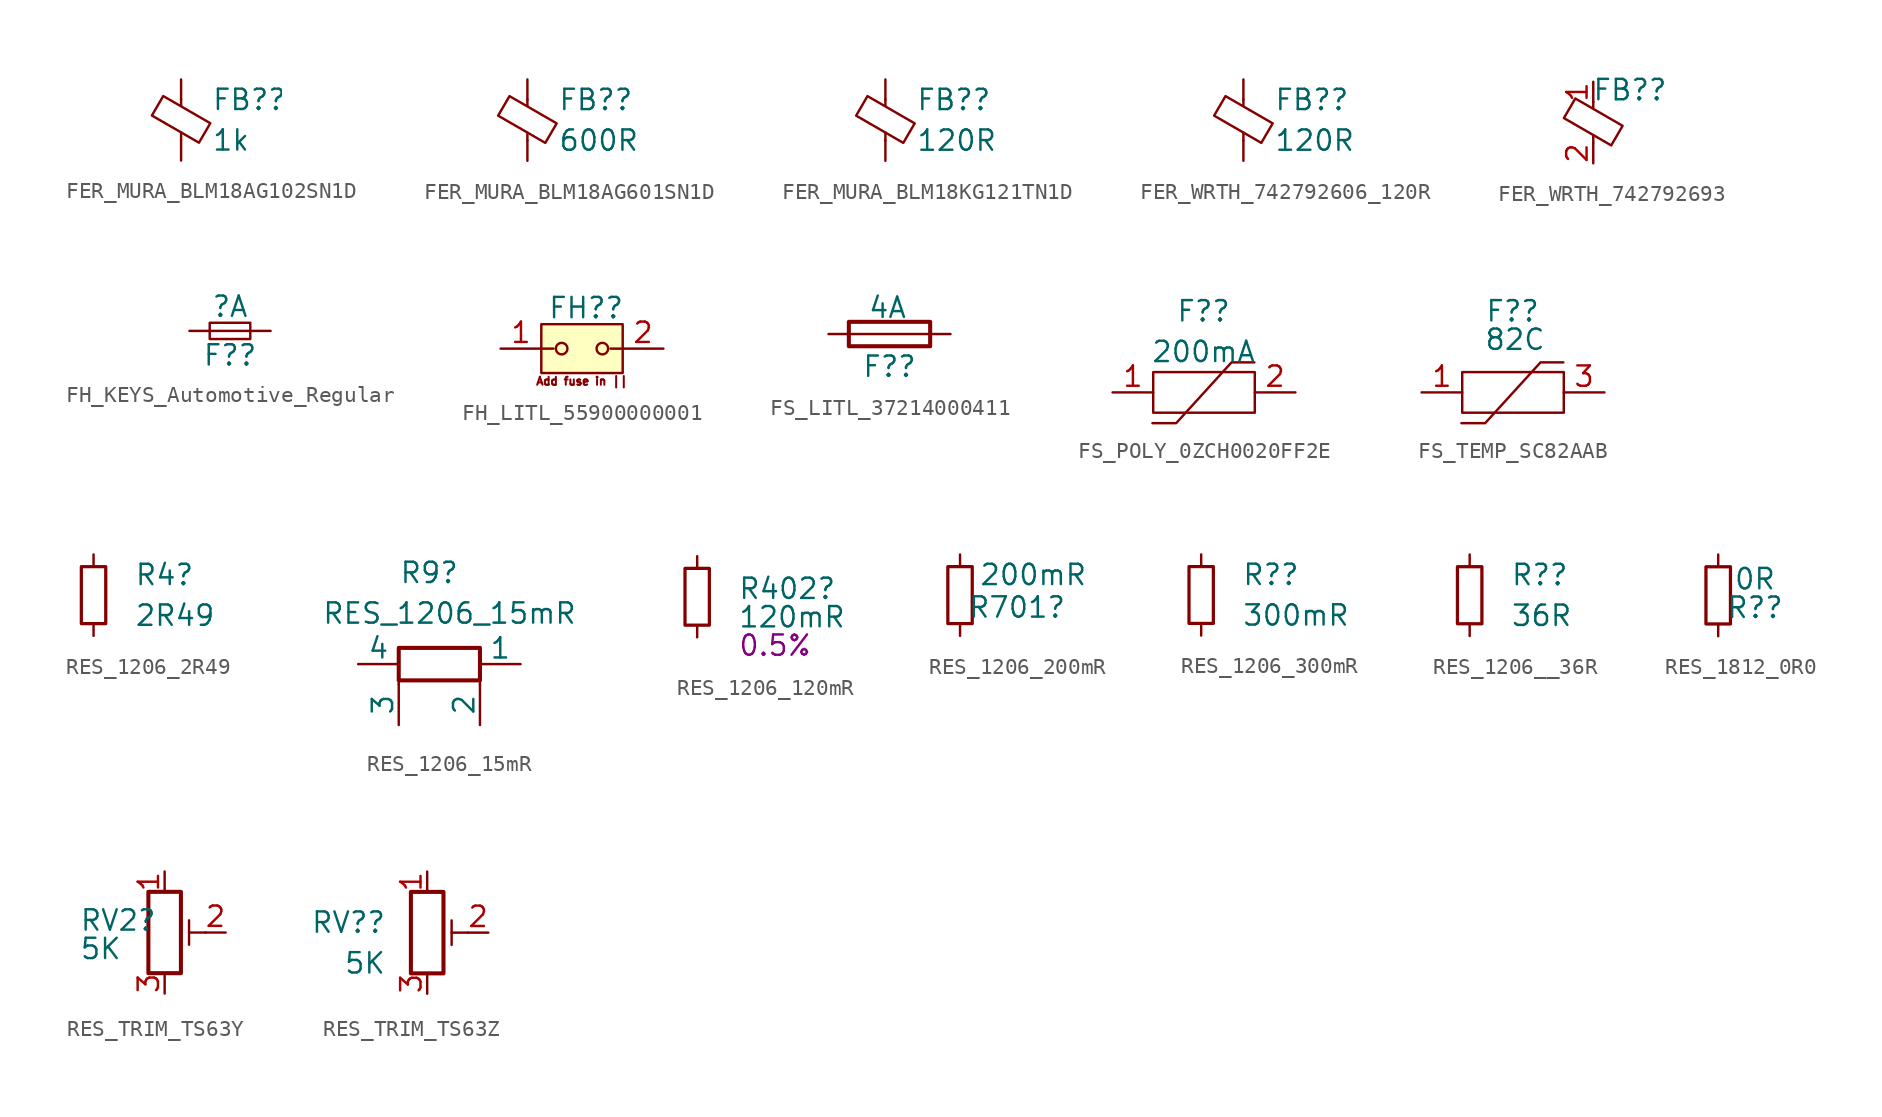
<source format=kicad_sym>
(kicad_symbol_lib
  (version 20231120)
  (generator "kicad_symbol_editor")
  (generator_version "8.0")
  (symbol "FER_MURA_BLM18AG102SN1D"
    (pin_numbers hide)
    (pin_names
      (offset 0))
    (property "Reference" "FB?"
      (at 1.905 1.27 0)
      (effects (font (size 1.27 1.27)) (justify left)))
    (property "Value" "1k"
      (at 1.905 -1.27 0)
      (effects (font (size 1.27 1.27)) (justify left)))
    (symbol "FER_MURA_BLM18AG102SN1D_0_1"
      (polyline (pts (xy 0 -1.27) (xy 0 -0.787)) (stroke (width 0) (type default)) (fill (type none)))
      (polyline (pts (xy 0 0.889) (xy 0 1.295)) (stroke (width 0) (type default)) (fill (type none)))
      (polyline (pts (xy -1.829 0.279) (xy -1.118 1.499) (xy 1.829 -0.203) (xy 1.118 -1.422) (xy -1.829 0.279)) (stroke (width 0) (type default)) (fill (type none))))
    (symbol "FER_MURA_BLM18AG102SN1D_1_1"
      (pin passive line (at 0 2.54 270) (length 1.27) (name "~" (effects (font (size 1.27 1.27)))) (number "1" (effects (font (size 1.27 1.27)))))
      (pin passive line (at 0 -2.54 90) (length 1.27) (name "~" (effects (font (size 1.27 1.27)))) (number "2" (effects (font (size 1.27 1.27)))))))
  (symbol "FER_MURA_BLM18AG601SN1D"
    (pin_numbers hide)
    (pin_names
      (offset 0))
    (property "Reference" "FB?"
      (at 1.905 1.27 0)
      (effects (font (size 1.27 1.27)) (justify left)))
    (property "Value" "600R"
      (at 1.905 -1.27 0)
      (effects (font (size 1.27 1.27)) (justify left)))
    (symbol "FER_MURA_BLM18AG601SN1D_0_1"
      (polyline (pts (xy 0 -1.27) (xy 0 -0.787)) (stroke (width 0) (type default)) (fill (type none)))
      (polyline (pts (xy 0 0.889) (xy 0 1.295)) (stroke (width 0) (type default)) (fill (type none)))
      (polyline (pts (xy -1.829 0.279) (xy -1.118 1.499) (xy 1.829 -0.203) (xy 1.118 -1.422) (xy -1.829 0.279)) (stroke (width 0) (type default)) (fill (type none))))
    (symbol "FER_MURA_BLM18AG601SN1D_1_1"
      (pin passive line (at 0 2.54 270) (length 1.27) (name "~" (effects (font (size 1.27 1.27)))) (number "1" (effects (font (size 1.27 1.27)))))
      (pin passive line (at 0 -2.54 90) (length 1.27) (name "~" (effects (font (size 1.27 1.27)))) (number "2" (effects (font (size 1.27 1.27)))))))
  (symbol "FER_MURA_BLM18KG121TN1D"
    (pin_numbers hide)
    (pin_names
      (offset 0))
    (property "Reference" "FB?"
      (at 1.905 1.27 0)
      (effects (font (size 1.27 1.27)) (justify left)))
    (property "Value" "120R"
      (at 1.905 -1.27 0)
      (effects (font (size 1.27 1.27)) (justify left)))
    (symbol "FER_MURA_BLM18KG121TN1D_0_1"
      (polyline (pts (xy 0 -1.27) (xy 0 -0.787)) (stroke (width 0) (type default)) (fill (type none)))
      (polyline (pts (xy 0 0.889) (xy 0 1.295)) (stroke (width 0) (type default)) (fill (type none)))
      (polyline (pts (xy -1.829 0.279) (xy -1.118 1.499) (xy 1.829 -0.203) (xy 1.118 -1.422) (xy -1.829 0.279)) (stroke (width 0) (type default)) (fill (type none))))
    (symbol "FER_MURA_BLM18KG121TN1D_1_1"
      (pin passive line (at 0 2.54 270) (length 1.27) (name "~" (effects (font (size 1.27 1.27)))) (number "1" (effects (font (size 1.27 1.27)))))
      (pin passive line (at 0 -2.54 90) (length 1.27) (name "~" (effects (font (size 1.27 1.27)))) (number "2" (effects (font (size 1.27 1.27)))))))
  (symbol "FER_WRTH_742792606_120R"
    (pin_numbers hide)
    (pin_names
      (offset 0))
    (property "Reference" "FB?"
      (at 1.905 1.27 0)
      (effects (font (size 1.27 1.27)) (justify left)))
    (property "Value" "120R"
      (at 1.905 -1.27 0)
      (effects (font (size 1.27 1.27)) (justify left)))
    (symbol "FER_WRTH_742792606_120R_0_1"
      (polyline (pts (xy 0 -1.27) (xy 0 -0.787)) (stroke (width 0) (type default)) (fill (type none)))
      (polyline (pts (xy 0 0.889) (xy 0 1.295)) (stroke (width 0) (type default)) (fill (type none)))
      (polyline (pts (xy -1.829 0.279) (xy -1.118 1.499) (xy 1.829 -0.203) (xy 1.118 -1.422) (xy -1.829 0.279)) (stroke (width 0) (type default)) (fill (type none))))
    (symbol "FER_WRTH_742792606_120R_1_1"
      (pin passive line (at 0 2.54 270) (length 1.27) (name "~" (effects (font (size 1.27 1.27)))) (number "1" (effects (font (size 1.27 1.27)))))
      (pin passive line (at 0 -2.54 90) (length 1.27) (name "~" (effects (font (size 1.27 1.27)))) (number "2" (effects (font (size 1.27 1.27)))))))
  (symbol "FER_WRTH_742792693"
    (property "Reference" "FB?"
      (at 2.286 2.032 0)
      (effects (font (size 1.27 1.27))))
    (symbol "FER_WRTH_742792693_0_1"
      (polyline (pts (xy 0 -1.27) (xy 0 -0.787)) (stroke (width 0) (type default)) (fill (type none)))
      (polyline (pts (xy 0 0.889) (xy 0 1.295)) (stroke (width 0) (type default)) (fill (type none)))
      (polyline (pts (xy -1.829 0.279) (xy -1.118 1.499) (xy 1.829 -0.203) (xy 1.118 -1.422) (xy -1.829 0.279)) (stroke (width 0) (type default)) (fill (type none))))
    (symbol "FER_WRTH_742792693_1_1"
      (pin passive line (at 0 2.54 270) (length 1.27) (name "~" (effects (font (size 1.27 1.27)))) (number "1" (effects (font (size 1.27 1.27)))))
      (pin passive line (at 0 -2.54 90) (length 1.27) (name "~" (effects (font (size 1.27 1.27)))) (number "2" (effects (font (size 1.27 1.27)))))))
  (symbol "FH_KEYS_Automotive_Regular"
    (pin_numbers hide)
    (pin_names
      (offset 0.254) hide)
    (property "Reference" "F?"
      (at 0 -1.524 0)
      (effects (font (size 1.27 1.27))))
    (property "Value" "?A"
      (at 0 1.524 0)
      (effects (font (size 1.27 1.27))))
    (symbol "FH_KEYS_Automotive_Regular_0_1"
      (rectangle (start -1.27 0.508) (end 1.27 -0.508) (stroke (width 0) (type default)) (fill (type none)))
      (polyline (pts (xy -1.27 0) (xy 1.27 0)) (stroke (width 0) (type default)) (fill (type none))))
    (symbol "FH_KEYS_Automotive_Regular_1_1"
      (pin passive line (at -2.54 0 0) (length 1.27) (name "~" (effects (font (size 1.27 1.27)))) (number "1" (effects (font (size 1.27 1.27)))))
      (pin passive line (at 2.54 0 180) (length 1.27) (name "~" (effects (font (size 1.27 1.27)))) (number "2" (effects (font (size 1.27 1.27)))))))
  (symbol "FH_LITL_55900000001"
    (property "Reference" "FH?"
      (at 0.254 2.54 0)
      (effects (font (size 1.27 1.27))))
    (property "Value" ""
      (at 0 2.794 0)
      (effects (font (size 1.27 1.27))))
    (symbol "FH_LITL_55900000001_0_1"
      (rectangle (start -2.54 1.524) (end 2.54 -1.524) (stroke (width 0) (type default)) (fill (type background))))
    (symbol "FH_LITL_55900000001_1_1"
      (circle (center -1.27 0) (radius 0.359) (stroke (width 0) (type default)) (fill (type none)))
      (polyline (pts (xy -1.778 0) (xy -2.54 0)) (stroke (width 0) (type default)) (fill (type none)))
      (polyline (pts (xy 1.778 0) (xy 2.54 0)) (stroke (width 0) (type default)) (fill (type none)))
      (circle (center 1.27 0) (radius 0.359) (stroke (width 0) (type default)) (fill (type none)))
      (text "Add fuse in ||" (at 0 -2.032 0) (effects (font (face "KiCad Font") (size 0.5 0.5))))
      (pin passive line (at -5.08 0 0) (length 2.54) (name "" (effects (font (size 1.27 1.27)))) (number "1" (effects (font (size 1.27 1.27)))))
      (pin passive line (at 5.08 0 180) (length 2.54) (name "" (effects (font (size 1.27 1.27)))) (number "2" (effects (font (size 1.27 1.27)))))))
  (symbol "FS_LITL_37214000411"
    (pin_numbers hide)
    (pin_names
      (offset 0))
    (property "Reference" "F?"
      (at 0 -2.032 0)
      (effects (font (size 1.27 1.27))))
    (property "Value" "4A"
      (at -0.127 1.651 0)
      (effects (font (size 1.27 1.27))))
    (symbol "FS_LITL_37214000411_0_1"
      (rectangle (start -2.54 0.762) (end 2.54 -0.762) (stroke (width 0.254) (type default)) (fill (type none)))
      (polyline (pts (xy 2.54 0) (xy -2.54 0)) (stroke (width 0) (type default)) (fill (type none))))
    (symbol "FS_LITL_37214000411_1_1"
      (pin passive line (at 3.81 0 180) (length 1.27) (name "~" (effects (font (size 1.27 1.27)))) (number "1" (effects (font (size 1.27 1.27)))))
      (pin passive line (at -3.81 0 0) (length 1.27) (name "~" (effects (font (size 1.27 1.27)))) (number "2" (effects (font (size 1.27 1.27)))))))
  (symbol "FS_POLY_0ZCH0020FF2E"
    (property "Reference" "F?"
      (at 3.15 3.81 0)
      (effects (font (size 1.27 1.27))))
    (property "Value" "200mA"
      (at 3.15 1.27 0)
      (effects (font (size 1.27 1.27))))
    (symbol "FS_POLY_0ZCH0020FF2E_0_1"
      (polyline (pts (xy 6.323 0.608) (xy 4.896 0.608) (xy 1.434 -3.193) (xy -0.049 -3.193)) (stroke (width 0) (type default)) (fill (type none)))
      (rectangle (start 0 0) (end 6.35 -2.54) (stroke (width 0) (type default)) (fill (type none))))
    (symbol "FS_POLY_0ZCH0020FF2E_1_1"
      (pin unspecified line (at -2.54 -1.27 0) (length 2.54) (name "~" (effects (font (size 1.27 1.27)))) (number "1" (effects (font (size 1.27 1.27)))))
      (pin unspecified line (at 8.89 -1.27 180) (length 2.54) (name "~" (effects (font (size 1.27 1.27)))) (number "2" (effects (font (size 1.27 1.27)))))))
  (symbol "FS_TEMP_SC82AAB"
    (property "Reference" "F?"
      (at 3.15 3.81 0)
      (effects (font (size 1.27 1.27))))
    (property "Value" "82C"
      (at 3.302 2.032 0)
      (effects (font (size 1.27 1.27))))
    (symbol "FS_TEMP_SC82AAB_0_1"
      (polyline (pts (xy 6.323 0.608) (xy 4.896 0.608) (xy 1.434 -3.193) (xy -0.049 -3.193)) (stroke (width 0) (type default)) (fill (type none)))
      (rectangle (start 0 0) (end 6.35 -2.54) (stroke (width 0) (type default)) (fill (type none))))
    (symbol "FS_TEMP_SC82AAB_1_1"
      (pin unspecified line (at -2.54 -1.27 0) (length 2.54) (name "~" (effects (font (size 1.27 1.27)))) (number "1" (effects (font (size 1.27 1.27)))))
      (pin unspecified line (at -2.54 -1.27 0) (length 2.54) hide (name "~" (effects (font (size 1.27 1.27)))) (number "2" (effects (font (size 1.27 1.27)))))
      (pin unspecified line (at 8.89 -1.27 180) (length 2.54) (name "~" (effects (font (size 1.27 1.27)))) (number "3" (effects (font (size 1.27 1.27)))))
      (pin unspecified line (at 8.89 -1.27 180) (length 2.54) hide (name "~" (effects (font (size 1.27 1.27)))) (number "4" (effects (font (size 1.27 1.27)))))))
  (symbol "RES_1206_2R49"
    (pin_numbers hide)
    (pin_names
      (offset 0.254) hide)
    (property "Reference" "R4"
      (at 2.54 1.27 0)
      (effects (font (size 1.27 1.27)) (justify left)))
    (property "Value" "2R49"
      (at 2.54 -1.27 0)
      (effects (font (size 1.27 1.27)) (justify left)))
    (symbol "RES_1206_2R49_0_1"
      (rectangle (start -0.762 1.778) (end 0.762 -1.778) (stroke (width 0.203) (type default)) (fill (type none))))
    (symbol "RES_1206_2R49_1_1"
      (pin passive line (at 0 2.54 270) (length 0.762) (name "~" (effects (font (size 1.27 1.27)))) (number "1" (effects (font (size 1.27 1.27)))))
      (pin passive line (at 0 -2.54 90) (length 0.762) (name "~" (effects (font (size 1.27 1.27)))) (number "2" (effects (font (size 1.27 1.27)))))))
  (symbol "RES_1206_15mR"
    (pin_numbers hide)
    (pin_names
      (offset 0))
    (property "Reference" "R9"
      (at -2.54 3.81 0)
      (effects (font (size 1.27 1.27))))
    (property "Value" "RES_1206_15mR"
      (at -1.27 1.27 0)
      (effects (font (size 1.27 1.27))))
    (symbol "RES_1206_15mR_0_1"
      (rectangle (start -4.445 -0.889) (end 0.635 -2.921) (stroke (width 0.254) (type default)) (fill (type none)))
      (polyline (pts (xy -4.445 -1.905) (xy -4.445 -3.175)) (stroke (width 0) (type default)) (fill (type none)))
      (polyline (pts (xy 0.635 -3.175) (xy 0.635 -1.905)) (stroke (width 0) (type default)) (fill (type none))))
    (symbol "RES_1206_15mR_1_1"
      (pin passive line (at 3.175 -1.905 180) (length 2.54) (name "1" (effects (font (size 1.27 1.27)))) (number "1" (effects (font (size 1.27 1.27)))))
      (pin passive line (at 0.635 -5.715 90) (length 2.54) (name "2" (effects (font (size 1.27 1.27)))) (number "2" (effects (font (size 1.27 1.27)))))
      (pin passive line (at -4.445 -5.715 90) (length 2.54) (name "3" (effects (font (size 1.27 1.27)))) (number "3" (effects (font (size 1.27 1.27)))))
      (pin passive line (at -6.985 -1.905 0) (length 2.54) (name "4" (effects (font (size 1.27 1.27)))) (number "4" (effects (font (size 1.27 1.27)))))))
  (symbol "RES_1206_120mR"
    (pin_numbers hide)
    (pin_names
      (offset 0.254) hide)
    (property "Reference" "R402"
      (at 2.54 0.508 0)
      (effects (font (size 1.27 1.27)) (justify left)))
    (property "Value" "120mR"
      (at 2.54 -1.27 0)
      (effects (font (size 1.27 1.27)) (justify left)))
    (property "Tolerance" "0.5%"
      (at 2.54 -3.048 0)
      (effects (font (size 1.27 1.27)) (justify left)))
    (symbol "RES_1206_120mR_0_1"
      (rectangle (start -0.762 1.778) (end 0.762 -1.778) (stroke (width 0.203) (type default)) (fill (type none))))
    (symbol "RES_1206_120mR_1_1"
      (pin passive line (at 0 2.54 270) (length 0.762) (name "~" (effects (font (size 1.27 1.27)))) (number "1" (effects (font (size 1.27 1.27)))))
      (pin passive line (at 0 -2.54 90) (length 0.762) (name "~" (effects (font (size 1.27 1.27)))) (number "2" (effects (font (size 1.27 1.27)))))))
  (symbol "RES_1206_200mR"
    (pin_numbers hide)
    (pin_names
      (offset 0.254) hide)
    (property "Reference" "R701"
      (at 3.556 -0.762 0)
      (effects (font (size 1.27 1.27))))
    (property "Value" "200mR"
      (at 4.572 1.27 0)
      (effects (font (size 1.27 1.27))))
    (symbol "RES_1206_200mR_0_1"
      (rectangle (start -0.762 1.778) (end 0.762 -1.778) (stroke (width 0.203) (type default)) (fill (type none))))
    (symbol "RES_1206_200mR_1_1"
      (pin passive line (at 0 2.54 270) (length 0.762) (name "~" (effects (font (size 1.27 1.27)))) (number "1" (effects (font (size 1.27 1.27)))))
      (pin passive line (at 0 -2.54 90) (length 0.762) (name "~" (effects (font (size 1.27 1.27)))) (number "2" (effects (font (size 1.27 1.27)))))))
  (symbol "RES_1206_300mR"
    (pin_numbers hide)
    (pin_names
      (offset 0.254) hide)
    (property "Reference" "R?"
      (at 2.54 1.27 0)
      (effects (font (size 1.27 1.27)) (justify left)))
    (property "Value" "300mR"
      (at 2.54 -1.27 0)
      (effects (font (size 1.27 1.27)) (justify left)))
    (symbol "RES_1206_300mR_0_1"
      (rectangle (start -0.762 1.778) (end 0.762 -1.778) (stroke (width 0.203) (type default)) (fill (type none))))
    (symbol "RES_1206_300mR_1_1"
      (pin passive line (at 0 2.54 270) (length 0.762) (name "~" (effects (font (size 1.27 1.27)))) (number "1" (effects (font (size 1.27 1.27)))))
      (pin passive line (at 0 -2.54 90) (length 0.762) (name "~" (effects (font (size 1.27 1.27)))) (number "2" (effects (font (size 1.27 1.27)))))))
  (symbol "RES_1206__36R"
    (pin_numbers hide)
    (pin_names
      (offset 0.254) hide)
    (property "Reference" "R?"
      (at 2.54 1.27 0)
      (effects (font (size 1.27 1.27)) (justify left)))
    (property "Value" "36R"
      (at 2.54 -1.27 0)
      (effects (font (size 1.27 1.27)) (justify left)))
    (symbol "RES_1206__36R_0_1"
      (rectangle (start -0.762 1.778) (end 0.762 -1.778) (stroke (width 0.203) (type default)) (fill (type none))))
    (symbol "RES_1206__36R_1_1"
      (pin passive line (at 0 2.54 270) (length 0.762) (name "~" (effects (font (size 1.27 1.27)))) (number "1" (effects (font (size 1.27 1.27)))))
      (pin passive line (at 0 -2.54 90) (length 0.762) (name "~" (effects (font (size 1.27 1.27)))) (number "2" (effects (font (size 1.27 1.27)))))))
  (symbol "RES_1812_0R0"
    (pin_numbers hide)
    (pin_names
      (offset 0.254) hide)
    (property "Reference" "R?"
      (at 2.286 -0.762 0)
      (effects (font (size 1.27 1.27))))
    (property "Value" "0R"
      (at 2.286 1.016 0)
      (effects (font (size 1.27 1.27))))
    (symbol "RES_1812_0R0_0_1"
      (rectangle (start -0.762 1.778) (end 0.762 -1.778) (stroke (width 0.203) (type default)) (fill (type none))))
    (symbol "RES_1812_0R0_1_1"
      (pin passive line (at 0 2.54 270) (length 0.762) (name "~" (effects (font (size 1.27 1.27)))) (number "1" (effects (font (size 1.27 1.27)))))
      (pin passive line (at 0 -2.54 90) (length 0.762) (name "~" (effects (font (size 1.27 1.27)))) (number "2" (effects (font (size 1.27 1.27)))))))
  (symbol "RES_TRIM_TS63Y"
    (pin_names
      (offset 1.016) hide)
    (property "Reference" "RV2"
      (at -5.334 0.762 0)
      (effects (font (size 1.27 1.27)) (justify left)))
    (property "Value" "5K"
      (at -5.334 -1.016 0)
      (effects (font (size 1.27 1.27)) (justify left)))
    (symbol "RES_TRIM_TS63Y_0_1"
      (polyline (pts (xy 1.524 0.762) (xy 1.524 -0.762)) (stroke (width 0) (type default)) (fill (type none)))
      (polyline (pts (xy 2.54 0) (xy 1.524 0)) (stroke (width 0) (type default)) (fill (type none)))
      (rectangle (start 1.016 2.54) (end -1.016 -2.54) (stroke (width 0.254) (type default)) (fill (type none))))
    (symbol "RES_TRIM_TS63Y_1_1"
      (pin passive line (at 0 3.81 270) (length 1.27) (name "1" (effects (font (size 1.27 1.27)))) (number "1" (effects (font (size 1.27 1.27)))))
      (pin passive line (at 3.81 0 180) (length 1.27) (name "2" (effects (font (size 1.27 1.27)))) (number "2" (effects (font (size 1.27 1.27)))))
      (pin passive line (at 0 -3.81 90) (length 1.27) (name "3" (effects (font (size 1.27 1.27)))) (number "3" (effects (font (size 1.27 1.27)))))))
  (symbol "RES_TRIM_TS63Z"
    (pin_names
      (offset 1.016) hide)
    (property "Reference" "RV?"
      (at -2.54 0.635 0)
      (effects (font (size 1.27 1.27)) (justify right)))
    (property "Value" "5K"
      (at -2.54 -1.905 0)
      (effects (font (size 1.27 1.27)) (justify right)))
    (symbol "RES_TRIM_TS63Z_0_1"
      (polyline (pts (xy 1.524 0.762) (xy 1.524 -0.762)) (stroke (width 0) (type default)) (fill (type none)))
      (polyline (pts (xy 2.54 0) (xy 1.524 0)) (stroke (width 0) (type default)) (fill (type none)))
      (rectangle (start 1.016 2.54) (end -1.016 -2.54) (stroke (width 0.254) (type default)) (fill (type none))))
    (symbol "RES_TRIM_TS63Z_1_1"
      (pin passive line (at 0 3.81 270) (length 1.27) (name "1" (effects (font (size 1.27 1.27)))) (number "1" (effects (font (size 1.27 1.27)))))
      (pin passive line (at 3.81 0 180) (length 1.27) (name "2" (effects (font (size 1.27 1.27)))) (number "2" (effects (font (size 1.27 1.27)))))
      (pin passive line (at 0 -3.81 90) (length 1.27) (name "3" (effects (font (size 1.27 1.27)))) (number "3" (effects (font (size 1.27 1.27))))))))
</source>
